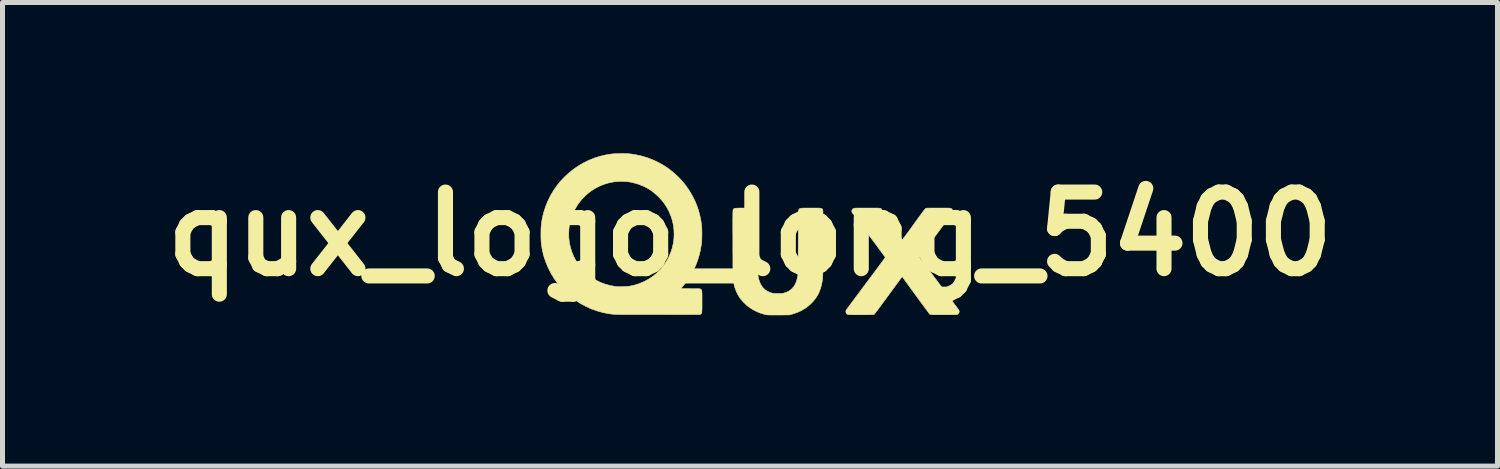
<source format=kicad_pcb>
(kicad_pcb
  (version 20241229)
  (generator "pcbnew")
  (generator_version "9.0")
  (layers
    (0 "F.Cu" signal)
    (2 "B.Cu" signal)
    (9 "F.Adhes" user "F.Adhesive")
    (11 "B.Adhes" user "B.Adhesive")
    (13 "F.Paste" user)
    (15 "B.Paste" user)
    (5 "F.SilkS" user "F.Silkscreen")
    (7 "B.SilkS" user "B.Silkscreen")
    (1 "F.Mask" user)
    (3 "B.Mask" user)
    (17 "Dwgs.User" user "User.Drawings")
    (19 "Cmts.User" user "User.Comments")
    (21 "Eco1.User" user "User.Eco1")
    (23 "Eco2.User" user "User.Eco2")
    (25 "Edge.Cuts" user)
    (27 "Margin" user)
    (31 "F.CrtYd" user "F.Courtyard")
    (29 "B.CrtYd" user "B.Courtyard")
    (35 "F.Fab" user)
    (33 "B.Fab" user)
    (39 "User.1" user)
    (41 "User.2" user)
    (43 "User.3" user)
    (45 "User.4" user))
  (footprint "qux_logo_long_5400"
    (layer "F.Cu")
    (at 11.873 1.606)
    (property "Reference" "qux_logo_long_5400" (at 0 0 0) (layer "F.SilkS") (effects (font (size 1.524 1.524) (thickness 0.3))))
    (attr through_hole)
    (fp_poly (pts (xy -2.51 -1.601) (xy -2.463 -1.6) (xy -2.421 -1.598) (xy -2.382 -1.594) (xy -2.342 -1.589) (xy -2.3 -1.582) (xy -2.272 -1.577) (xy -2.153 -1.551) (xy -2.037 -1.516) (xy -1.925 -1.472) (xy -1.817 -1.421) (xy -1.713 -1.362) (xy -1.614 -1.295) (xy -1.521 -1.221) (xy -1.433 -1.141) (xy -1.351 -1.054) (xy -1.275 -0.961) (xy -1.207 -0.862) (xy -1.145 -0.757) (xy -1.099 -0.665) (xy -1.06 -0.572) (xy -1.027 -0.478) (xy -1.001 -0.381) (xy -0.979 -0.28) (xy -0.963 -0.174) (xy -0.961 -0.147) (xy -0.959 -0.112) (xy -0.958 -0.071) (xy -0.957 -0.027) (xy -0.957 0.018) (xy -0.958 0.064) (xy -0.959 0.107) (xy -0.961 0.146) (xy -0.964 0.179) (xy -0.966 0.195) (xy -0.986 0.315) (xy -1.013 0.43) (xy -1.048 0.54) (xy -1.09 0.647) (xy -1.141 0.751) (xy -1.2 0.853) (xy -1.222 0.886) (xy -1.237 0.909) (xy -1.255 0.934) (xy -1.275 0.961) (xy -1.296 0.989) (xy -1.316 1.014) (xy -1.334 1.037) (xy -1.35 1.055) (xy -1.361 1.067) (xy -1.363 1.07) (xy -1.371 1.077) (xy -1.373 1.083) (xy -1.369 1.083) (xy -1.356 1.084) (xy -1.336 1.085) (xy -1.309 1.086) (xy -1.277 1.086) (xy -1.24 1.086) (xy -1.2 1.087) (xy -1.187 1.087) (xy -1.139 1.087) (xy -1.101 1.087) (xy -1.07 1.087) (xy -1.046 1.087) (xy -1.027 1.088) (xy -1.013 1.089) (xy -1.003 1.09) (xy -0.995 1.091) (xy -0.99 1.093) (xy -0.986 1.095) (xy -0.984 1.096) (xy -0.978 1.1) (xy -0.972 1.104) (xy -0.968 1.109) (xy -0.964 1.116) (xy -0.961 1.125) (xy -0.959 1.137) (xy -0.957 1.154) (xy -0.956 1.176) (xy -0.955 1.203) (xy -0.955 1.237) (xy -0.955 1.279) (xy -0.955 1.329) (xy -0.955 1.345) (xy -0.955 1.397) (xy -0.955 1.441) (xy -0.955 1.477) (xy -0.956 1.506) (xy -0.957 1.529) (xy -0.958 1.547) (xy -0.96 1.56) (xy -0.962 1.57) (xy -0.965 1.578) (xy -0.969 1.584) (xy -0.974 1.588) (xy -0.98 1.593) (xy -0.981 1.594) (xy -0.994 1.604) (xy -1.832 1.603) (xy -1.92 1.603) (xy -2.006 1.603) (xy -2.089 1.603) (xy -2.169 1.603) (xy -2.245 1.603) (xy -2.316 1.602) (xy -2.383 1.602) (xy -2.445 1.602) (xy -2.5 1.602) (xy -2.55 1.602) (xy -2.593 1.602) (xy -2.628 1.601) (xy -2.656 1.601) (xy -2.675 1.601) (xy -2.686 1.601) (xy -2.688 1.601) (xy -2.811 1.586) (xy -2.931 1.562) (xy -3.048 1.529) (xy -3.162 1.488) (xy -3.272 1.438) (xy -3.379 1.38) (xy -3.481 1.313) (xy -3.578 1.239) (xy -3.67 1.157) (xy -3.678 1.15) (xy -3.761 1.063) (xy -3.838 0.969) (xy -3.907 0.871) (xy -3.968 0.768) (xy -4.022 0.66) (xy -4.067 0.55) (xy -4.104 0.436) (xy -4.132 0.32) (xy -4.139 0.282) (xy -4.145 0.246) (xy -4.15 0.214) (xy -4.154 0.185) (xy -4.156 0.158) (xy -4.158 0.129) (xy -4.159 0.098) (xy -4.16 0.061) (xy -4.16 0.018) (xy -4.16 0) (xy -4.16 -0.022) (xy -3.607 -0.022) (xy -3.605 0.076) (xy -3.594 0.172) (xy -3.573 0.266) (xy -3.545 0.358) (xy -3.507 0.447) (xy -3.462 0.533) (xy -3.408 0.614) (xy -3.347 0.691) (xy -3.3 0.741) (xy -3.226 0.809) (xy -3.147 0.868) (xy -3.064 0.919) (xy -2.976 0.962) (xy -2.884 0.997) (xy -2.787 1.024) (xy -2.686 1.042) (xy -2.658 1.046) (xy -2.64 1.047) (xy -2.615 1.048) (xy -2.585 1.048) (xy -2.551 1.047) (xy -2.516 1.046) (xy -2.481 1.044) (xy -2.449 1.043) (xy -2.421 1.04) (xy -2.4 1.038) (xy -2.394 1.037) (xy -2.294 1.015) (xy -2.197 0.984) (xy -2.106 0.945) (xy -2.02 0.899) (xy -1.938 0.845) (xy -1.862 0.783) (xy -1.792 0.714) (xy -1.728 0.638) (xy -1.72 0.628) (xy -1.665 0.546) (xy -1.618 0.461) (xy -1.579 0.373) (xy -1.549 0.282) (xy -1.528 0.19) (xy -1.515 0.097) (xy -1.511 0.003) (xy -1.515 -0.091) (xy -1.527 -0.185) (xy -1.548 -0.277) (xy -1.578 -0.368) (xy -1.616 -0.456) (xy -1.663 -0.542) (xy -1.718 -0.624) (xy -1.72 -0.626) (xy -1.762 -0.678) (xy -1.811 -0.731) (xy -1.864 -0.781) (xy -1.919 -0.828) (xy -1.974 -0.869) (xy -1.987 -0.878) (xy -2.069 -0.926) (xy -2.156 -0.966) (xy -2.248 -1) (xy -2.343 -1.025) (xy -2.413 -1.038) (xy -2.45 -1.042) (xy -2.494 -1.045) (xy -2.541 -1.046) (xy -2.59 -1.046) (xy -2.637 -1.044) (xy -2.679 -1.041) (xy -2.705 -1.038) (xy -2.805 -1.018) (xy -2.901 -0.99) (xy -2.993 -0.953) (xy -3.081 -0.908) (xy -3.165 -0.854) (xy -3.192 -0.834) (xy -3.218 -0.814) (xy -3.247 -0.788) (xy -3.278 -0.759) (xy -3.309 -0.728) (xy -3.339 -0.698) (xy -3.364 -0.669) (xy -3.375 -0.656) (xy -3.432 -0.579) (xy -3.481 -0.495) (xy -3.524 -0.408) (xy -3.558 -0.316) (xy -3.583 -0.223) (xy -3.6 -0.128) (xy -3.601 -0.12) (xy -3.607 -0.022) (xy -4.16 -0.022) (xy -4.16 -0.053) (xy -4.159 -0.099) (xy -4.157 -0.139) (xy -4.154 -0.176) (xy -4.15 -0.212) (xy -4.145 -0.248) (xy -4.138 -0.288) (xy -4.13 -0.329) (xy -4.101 -0.445) (xy -4.064 -0.557) (xy -4.019 -0.666) (xy -3.966 -0.771) (xy -3.906 -0.871) (xy -3.839 -0.966) (xy -3.765 -1.057) (xy -3.684 -1.142) (xy -3.598 -1.221) (xy -3.507 -1.293) (xy -3.41 -1.359) (xy -3.309 -1.418) (xy -3.203 -1.469) (xy -3.093 -1.513) (xy -2.98 -1.548) (xy -2.884 -1.571) (xy -2.832 -1.581) (xy -2.784 -1.588) (xy -2.737 -1.594) (xy -2.69 -1.598) (xy -2.64 -1.6) (xy -2.583 -1.601) (xy -2.564 -1.601) (xy -2.51 -1.601)) (stroke (width 0.01) (type solid)) (fill yes) (layer "F.SilkS"))
    (fp_poly (pts (xy 3.802 -0.517) (xy 3.847 -0.517) (xy 3.884 -0.517) (xy 3.914 -0.517) (xy 3.938 -0.517) (xy 3.956 -0.516) (xy 3.971 -0.515) (xy 3.981 -0.514) (xy 3.989 -0.513) (xy 3.995 -0.511) (xy 4 -0.51) (xy 4.002 -0.508) (xy 4.019 -0.495) (xy 4.03 -0.477) (xy 4.036 -0.457) (xy 4.034 -0.437) (xy 4.031 -0.428) (xy 4.027 -0.423) (xy 4.019 -0.411) (xy 4.005 -0.392) (xy 3.987 -0.367) (xy 3.965 -0.337) (xy 3.939 -0.302) (xy 3.909 -0.261) (xy 3.877 -0.217) (xy 3.841 -0.169) (xy 3.804 -0.118) (xy 3.764 -0.064) (xy 3.722 -0.007) (xy 3.699 0.024) (xy 3.373 0.466) (xy 3.759 0.982) (xy 3.806 1.044) (xy 3.85 1.104) (xy 3.894 1.162) (xy 3.935 1.216) (xy 3.973 1.268) (xy 4.009 1.316) (xy 4.041 1.36) (xy 4.07 1.399) (xy 4.096 1.433) (xy 4.117 1.462) (xy 4.134 1.484) (xy 4.146 1.501) (xy 4.153 1.51) (xy 4.154 1.512) (xy 4.162 1.533) (xy 4.161 1.555) (xy 4.153 1.576) (xy 4.138 1.593) (xy 4.131 1.598) (xy 4.128 1.6) (xy 4.124 1.601) (xy 4.118 1.602) (xy 4.109 1.604) (xy 4.097 1.604) (xy 4.081 1.605) (xy 4.061 1.606) (xy 4.034 1.606) (xy 4.002 1.606) (xy 3.962 1.606) (xy 3.914 1.606) (xy 3.858 1.606) (xy 3.855 1.606) (xy 3.798 1.606) (xy 3.75 1.606) (xy 3.71 1.606) (xy 3.677 1.606) (xy 3.65 1.606) (xy 3.629 1.605) (xy 3.613 1.604) (xy 3.601 1.604) (xy 3.592 1.602) (xy 3.586 1.601) (xy 3.582 1.6) (xy 3.579 1.598) (xy 3.575 1.593) (xy 3.565 1.581) (xy 3.551 1.563) (xy 3.532 1.538) (xy 3.51 1.508) (xy 3.484 1.473) (xy 3.455 1.434) (xy 3.423 1.39) (xy 3.388 1.343) (xy 3.352 1.294) (xy 3.314 1.242) (xy 3.297 1.219) (xy 3.027 0.848) (xy 3.013 0.867) (xy 3.008 0.874) (xy 2.998 0.887) (xy 2.983 0.907) (xy 2.964 0.933) (xy 2.941 0.965) (xy 2.914 1.001) (xy 2.885 1.041) (xy 2.853 1.085) (xy 2.818 1.132) (xy 2.782 1.181) (xy 2.745 1.232) (xy 2.74 1.238) (xy 2.703 1.29) (xy 2.666 1.339) (xy 2.632 1.385) (xy 2.6 1.429) (xy 2.57 1.468) (xy 2.544 1.504) (xy 2.521 1.534) (xy 2.501 1.56) (xy 2.486 1.579) (xy 2.476 1.592) (xy 2.471 1.598) (xy 2.47 1.598) (xy 2.467 1.6) (xy 2.462 1.602) (xy 2.455 1.603) (xy 2.445 1.604) (xy 2.432 1.605) (xy 2.413 1.605) (xy 2.39 1.606) (xy 2.361 1.606) (xy 2.324 1.607) (xy 2.28 1.607) (xy 2.228 1.607) (xy 2.211 1.607) (xy 2.163 1.607) (xy 2.118 1.607) (xy 2.076 1.607) (xy 2.039 1.607) (xy 2.006 1.606) (xy 1.98 1.606) (xy 1.962 1.605) (xy 1.951 1.604) (xy 1.95 1.604) (xy 1.93 1.594) (xy 1.916 1.577) (xy 1.907 1.558) (xy 1.906 1.536) (xy 1.912 1.516) (xy 1.913 1.514) (xy 1.917 1.508) (xy 1.926 1.495) (xy 1.94 1.476) (xy 1.959 1.451) (xy 1.982 1.419) (xy 2.009 1.383) (xy 2.04 1.342) (xy 2.074 1.296) (xy 2.111 1.246) (xy 2.151 1.193) (xy 2.192 1.137) (xy 2.236 1.078) (xy 2.282 1.017) (xy 2.306 0.984) (xy 2.352 0.923) (xy 2.397 0.863) (xy 2.439 0.806) (xy 2.48 0.752) (xy 2.518 0.701) (xy 2.553 0.654) (xy 2.584 0.611) (xy 2.613 0.573) (xy 2.637 0.54) (xy 2.657 0.512) (xy 2.673 0.49) (xy 2.684 0.475) (xy 2.69 0.467) (xy 2.691 0.465) (xy 2.688 0.461) (xy 2.68 0.449) (xy 2.667 0.431) (xy 2.649 0.407) (xy 2.627 0.378) (xy 2.602 0.343) (xy 2.572 0.303) (xy 2.54 0.259) (xy 2.505 0.212) (xy 2.467 0.161) (xy 2.427 0.107) (xy 2.385 0.052) (xy 2.363 0.022) (xy 2.32 -0.035) (xy 2.279 -0.09) (xy 2.24 -0.143) (xy 2.203 -0.193) (xy 2.168 -0.24) (xy 2.137 -0.282) (xy 2.109 -0.321) (xy 2.084 -0.354) (xy 2.064 -0.382) (xy 2.047 -0.405) (xy 2.036 -0.421) (xy 2.03 -0.43) (xy 2.029 -0.432) (xy 2.024 -0.454) (xy 2.029 -0.476) (xy 2.038 -0.492) (xy 2.042 -0.497) (xy 2.046 -0.502) (xy 2.052 -0.506) (xy 2.058 -0.509) (xy 2.068 -0.511) (xy 2.08 -0.513) (xy 2.096 -0.515) (xy 2.117 -0.516) (xy 2.143 -0.517) (xy 2.175 -0.517) (xy 2.215 -0.517) (xy 2.262 -0.517) (xy 2.317 -0.517) (xy 2.332 -0.517) (xy 2.387 -0.517) (xy 2.434 -0.517) (xy 2.474 -0.517) (xy 2.506 -0.517) (xy 2.532 -0.516) (xy 2.552 -0.516) (xy 2.568 -0.515) (xy 2.579 -0.514) (xy 2.588 -0.513) (xy 2.594 -0.512) (xy 2.599 -0.51) (xy 2.601 -0.509) (xy 2.605 -0.507) (xy 2.61 -0.502) (xy 2.617 -0.494) (xy 2.625 -0.483) (xy 2.636 -0.468) (xy 2.65 -0.45) (xy 2.666 -0.426) (xy 2.686 -0.397) (xy 2.71 -0.363) (xy 2.737 -0.322) (xy 2.769 -0.274) (xy 2.806 -0.22) (xy 2.819 -0.2) (xy 2.851 -0.152) (xy 2.882 -0.106) (xy 2.91 -0.063) (xy 2.937 -0.023) (xy 2.961 0.013) (xy 2.982 0.044) (xy 2.999 0.07) (xy 3.012 0.09) (xy 3.021 0.103) (xy 3.026 0.11) (xy 3.026 0.11) (xy 3.027 0.111) (xy 3.03 0.11) (xy 3.033 0.108) (xy 3.039 0.102) (xy 3.046 0.094) (xy 3.056 0.082) (xy 3.068 0.067) (xy 3.083 0.046) (xy 3.102 0.021) (xy 3.124 -0.009) (xy 3.15 -0.045) (xy 3.181 -0.088) (xy 3.217 -0.137) (xy 3.257 -0.193) (xy 3.299 -0.251) (xy 3.335 -0.301) (xy 3.367 -0.345) (xy 3.395 -0.382) (xy 3.418 -0.414) (xy 3.438 -0.44) (xy 3.454 -0.462) (xy 3.467 -0.479) (xy 3.478 -0.491) (xy 3.486 -0.501) (xy 3.492 -0.507) (xy 3.496 -0.51) (xy 3.498 -0.511) (xy 3.503 -0.512) (xy 3.511 -0.514) (xy 3.523 -0.515) (xy 3.54 -0.516) (xy 3.562 -0.516) (xy 3.59 -0.517) (xy 3.625 -0.517) (xy 3.667 -0.517) (xy 3.718 -0.517) (xy 3.749 -0.517) (xy 3.802 -0.517)) (stroke (width 0.01) (type solid)) (fill yes) (layer "F.SilkS"))
    (fp_poly (pts (xy 1.259 -0.517) (xy 1.301 -0.517) (xy 1.336 -0.517) (xy 1.364 -0.516) (xy 1.386 -0.515) (xy 1.403 -0.513) (xy 1.416 -0.511) (xy 1.425 -0.508) (xy 1.432 -0.504) (xy 1.437 -0.499) (xy 1.441 -0.493) (xy 1.444 -0.488) (xy 1.445 -0.486) (xy 1.447 -0.483) (xy 1.448 -0.48) (xy 1.449 -0.476) (xy 1.449 -0.469) (xy 1.45 -0.461) (xy 1.451 -0.45) (xy 1.451 -0.436) (xy 1.452 -0.418) (xy 1.452 -0.396) (xy 1.452 -0.37) (xy 1.453 -0.339) (xy 1.453 -0.302) (xy 1.453 -0.259) (xy 1.453 -0.21) (xy 1.453 -0.154) (xy 1.453 -0.091) (xy 1.453 -0.02) (xy 1.452 0.059) (xy 1.452 0.147) (xy 1.452 0.186) (xy 1.452 0.279) (xy 1.452 0.364) (xy 1.451 0.441) (xy 1.451 0.509) (xy 1.451 0.57) (xy 1.451 0.625) (xy 1.45 0.673) (xy 1.45 0.716) (xy 1.449 0.753) (xy 1.449 0.785) (xy 1.448 0.814) (xy 1.447 0.839) (xy 1.446 0.86) (xy 1.444 0.88) (xy 1.443 0.897) (xy 1.441 0.912) (xy 1.439 0.927) (xy 1.436 0.941) (xy 1.434 0.955) (xy 1.431 0.97) (xy 1.427 0.986) (xy 1.425 1) (xy 1.405 1.077) (xy 1.379 1.149) (xy 1.347 1.215) (xy 1.307 1.277) (xy 1.259 1.337) (xy 1.209 1.389) (xy 1.148 1.442) (xy 1.082 1.489) (xy 1.011 1.529) (xy 0.935 1.563) (xy 0.851 1.591) (xy 0.835 1.596) (xy 0.783 1.61) (xy 0.567 1.612) (xy 0.516 1.612) (xy 0.474 1.612) (xy 0.439 1.612) (xy 0.41 1.612) (xy 0.387 1.612) (xy 0.369 1.611) (xy 0.354 1.61) (xy 0.341 1.609) (xy 0.33 1.608) (xy 0.32 1.606) (xy 0.309 1.603) (xy 0.301 1.602) (xy 0.213 1.577) (xy 0.13 1.543) (xy 0.051 1.502) (xy -0.024 1.452) (xy -0.03 1.447) (xy -0.058 1.425) (xy -0.089 1.397) (xy -0.12 1.366) (xy -0.151 1.334) (xy -0.178 1.303) (xy -0.2 1.275) (xy -0.202 1.272) (xy -0.236 1.218) (xy -0.266 1.159) (xy -0.291 1.098) (xy -0.311 1.037) (xy -0.317 1.009) (xy -0.32 0.993) (xy -0.323 0.979) (xy -0.326 0.966) (xy -0.328 0.953) (xy -0.33 0.939) (xy -0.332 0.925) (xy -0.333 0.909) (xy -0.335 0.892) (xy -0.336 0.873) (xy -0.337 0.85) (xy -0.338 0.824) (xy -0.339 0.794) (xy -0.339 0.76) (xy -0.34 0.721) (xy -0.34 0.677) (xy -0.341 0.626) (xy -0.341 0.57) (xy -0.341 0.506) (xy -0.341 0.435) (xy -0.342 0.355) (xy -0.342 0.267) (xy -0.342 0.198) (xy -0.342 0.105) (xy -0.342 0.021) (xy -0.343 -0.054) (xy -0.343 -0.121) (xy -0.343 -0.181) (xy -0.343 -0.233) (xy -0.343 -0.279) (xy -0.343 -0.319) (xy -0.342 -0.353) (xy -0.342 -0.382) (xy -0.342 -0.406) (xy -0.342 -0.426) (xy -0.341 -0.442) (xy -0.34 -0.455) (xy -0.34 -0.465) (xy -0.339 -0.472) (xy -0.338 -0.478) (xy -0.337 -0.482) (xy -0.336 -0.485) (xy -0.335 -0.487) (xy -0.334 -0.488) (xy -0.33 -0.495) (xy -0.325 -0.501) (xy -0.319 -0.505) (xy -0.311 -0.509) (xy -0.301 -0.512) (xy -0.287 -0.514) (xy -0.268 -0.515) (xy -0.243 -0.516) (xy -0.213 -0.517) (xy -0.175 -0.517) (xy -0.129 -0.517) (xy -0.098 -0.517) (xy -0.047 -0.517) (xy -0.005 -0.517) (xy 0.029 -0.517) (xy 0.056 -0.516) (xy 0.078 -0.515) (xy 0.095 -0.513) (xy 0.107 -0.511) (xy 0.117 -0.508) (xy 0.124 -0.504) (xy 0.13 -0.499) (xy 0.135 -0.492) (xy 0.138 -0.488) (xy 0.14 -0.486) (xy 0.141 -0.483) (xy 0.142 -0.48) (xy 0.143 -0.476) (xy 0.144 -0.47) (xy 0.145 -0.462) (xy 0.146 -0.451) (xy 0.146 -0.437) (xy 0.147 -0.419) (xy 0.147 -0.397) (xy 0.148 -0.37) (xy 0.148 -0.339) (xy 0.148 -0.302) (xy 0.149 -0.259) (xy 0.149 -0.209) (xy 0.149 -0.153) (xy 0.15 -0.089) (xy 0.15 -0.017) (xy 0.15 0.063) (xy 0.151 0.153) (xy 0.151 0.166) (xy 0.151 0.257) (xy 0.152 0.34) (xy 0.152 0.414) (xy 0.152 0.48) (xy 0.153 0.539) (xy 0.153 0.591) (xy 0.153 0.637) (xy 0.154 0.677) (xy 0.154 0.711) (xy 0.155 0.741) (xy 0.156 0.767) (xy 0.157 0.789) (xy 0.158 0.807) (xy 0.159 0.823) (xy 0.161 0.837) (xy 0.163 0.849) (xy 0.164 0.86) (xy 0.167 0.87) (xy 0.169 0.88) (xy 0.172 0.891) (xy 0.175 0.902) (xy 0.176 0.906) (xy 0.196 0.966) (xy 0.222 1.018) (xy 0.254 1.064) (xy 0.293 1.103) (xy 0.339 1.135) (xy 0.39 1.16) (xy 0.426 1.172) (xy 0.44 1.176) (xy 0.453 1.179) (xy 0.468 1.181) (xy 0.485 1.182) (xy 0.507 1.183) (xy 0.535 1.183) (xy 0.555 1.183) (xy 0.588 1.183) (xy 0.613 1.182) (xy 0.633 1.182) (xy 0.649 1.18) (xy 0.663 1.178) (xy 0.676 1.174) (xy 0.684 1.172) (xy 0.736 1.154) (xy 0.781 1.13) (xy 0.821 1.1) (xy 0.824 1.097) (xy 0.854 1.066) (xy 0.88 1.032) (xy 0.901 0.994) (xy 0.92 0.95) (xy 0.935 0.9) (xy 0.949 0.842) (xy 0.949 0.842) (xy 0.95 0.836) (xy 0.951 0.828) (xy 0.952 0.818) (xy 0.953 0.806) (xy 0.954 0.79) (xy 0.954 0.771) (xy 0.955 0.747) (xy 0.955 0.719) (xy 0.956 0.686) (xy 0.956 0.648) (xy 0.957 0.603) (xy 0.957 0.552) (xy 0.958 0.494) (xy 0.958 0.429) (xy 0.958 0.356) (xy 0.959 0.274) (xy 0.959 0.184) (xy 0.959 0.166) (xy 0.96 0.076) (xy 0.96 -0.006) (xy 0.96 -0.079) (xy 0.961 -0.144) (xy 0.961 -0.202) (xy 0.961 -0.252) (xy 0.962 -0.296) (xy 0.962 -0.334) (xy 0.962 -0.366) (xy 0.963 -0.393) (xy 0.963 -0.416) (xy 0.964 -0.434) (xy 0.964 -0.449) (xy 0.965 -0.46) (xy 0.966 -0.469) (xy 0.967 -0.475) (xy 0.968 -0.48) (xy 0.969 -0.483) (xy 0.97 -0.485) (xy 0.971 -0.487) (xy 0.972 -0.488) (xy 0.977 -0.495) (xy 0.982 -0.5) (xy 0.988 -0.505) (xy 0.996 -0.509) (xy 1.006 -0.512) (xy 1.02 -0.514) (xy 1.039 -0.515) (xy 1.062 -0.516) (xy 1.092 -0.517) (xy 1.129 -0.517) (xy 1.173 -0.517) (xy 1.208 -0.517) (xy 1.259 -0.517)) (stroke (width 0.01) (type solid)) (fill yes) (layer "F.SilkS")))
  (gr_rect
    (start -3 -3)
    (end 26.745 6.224)
    (stroke (width 0.1) (type default))
    (fill no)
    (layer "Edge.Cuts")))
</source>
